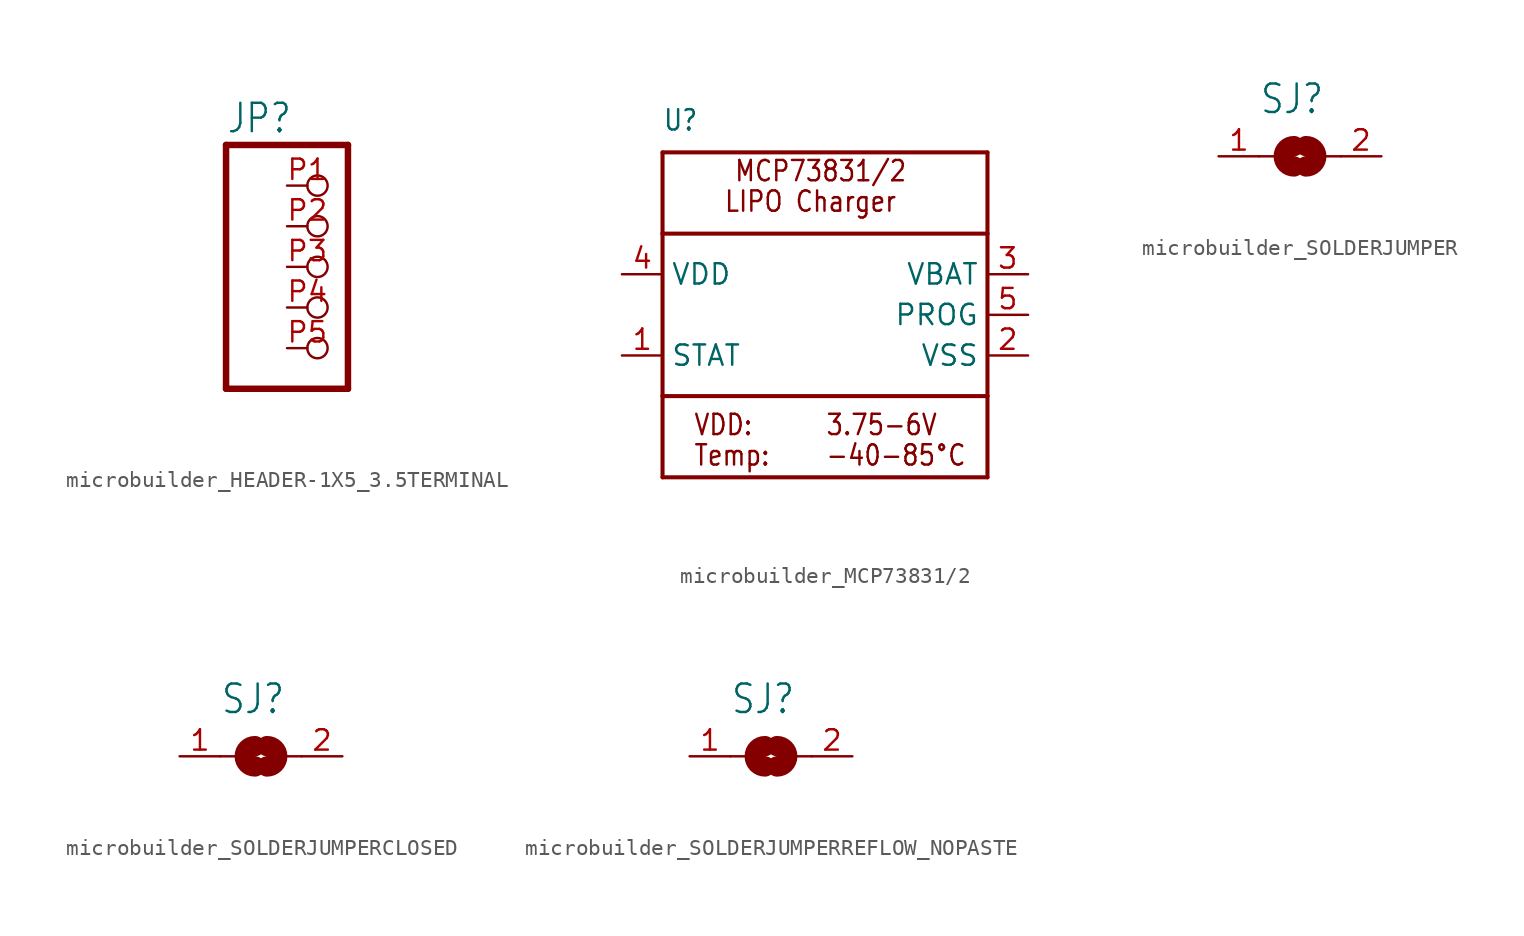
<source format=kicad_sym>
(kicad_symbol_lib
  (version 20231120)
  (generator "kicad_symbol_editor")
  (generator_version "8.0")
  (symbol "microbuilder_HEADER-1X5_3.5TERMINAL"
    (property "Reference" "JP"
      (at -6.35 8.255 0)
      (effects (font (size 1.778 1.511)) (justify left bottom)))
    (property "Value" ""
      (at -6.35 -10.16 0)
      (effects (font (size 1.778 1.511)) (justify left bottom)))
    (property "ki_locked" ""
      (at 0 0 0)
      (effects (font (size 1.27 1.27))))
    (symbol "microbuilder_HEADER-1X5_3.5TERMINAL_1_0"
      (polyline (pts (xy -6.35 -7.62) (xy 1.27 -7.62)) (stroke (width 0.406) (type solid)) (fill (type none)))
      (polyline (pts (xy -6.35 7.62) (xy -6.35 -7.62)) (stroke (width 0.406) (type solid)) (fill (type none)))
      (polyline (pts (xy 1.27 -7.62) (xy 1.27 7.62)) (stroke (width 0.406) (type solid)) (fill (type none)))
      (polyline (pts (xy 1.27 7.62) (xy -6.35 7.62)) (stroke (width 0.406) (type solid)) (fill (type none)))
      (pin passive inverted (at -2.54 5.08 0) (length 2.54) (name "1" (effects (font (size 0 0)))) (number "P1" (effects (font (size 1.27 1.27)))))
      (pin passive inverted (at -2.54 2.54 0) (length 2.54) (name "2" (effects (font (size 0 0)))) (number "P2" (effects (font (size 1.27 1.27)))))
      (pin passive inverted (at -2.54 0 0) (length 2.54) (name "3" (effects (font (size 0 0)))) (number "P3" (effects (font (size 1.27 1.27)))))
      (pin passive inverted (at -2.54 -2.54 0) (length 2.54) (name "4" (effects (font (size 0 0)))) (number "P4" (effects (font (size 1.27 1.27)))))
      (pin passive inverted (at -2.54 -5.08 0) (length 2.54) (name "5" (effects (font (size 0 0)))) (number "P5" (effects (font (size 1.27 1.27)))))))
  (symbol "microbuilder_MCP73831/2"
    (property "Reference" "U"
      (at -10.16 11.43 0)
      (effects (font (size 1.27 1.079)) (justify left bottom)))
    (property "Value" ""
      (at -10.16 -12.7 0)
      (effects (font (size 1.27 1.079)) (justify left bottom)))
    (property "ki_locked" ""
      (at 0 0 0)
      (effects (font (size 1.27 1.27))))
    (symbol "microbuilder_MCP73831/2_1_0"
      (polyline (pts (xy -10.16 -5.08) (xy -10.16 -10.16)) (stroke (width 0.254) (type solid)) (fill (type none)))
      (polyline (pts (xy -10.16 -5.08) (xy -10.16 5.08)) (stroke (width 0.254) (type solid)) (fill (type none)))
      (polyline (pts (xy -10.16 5.08) (xy 10.16 5.08)) (stroke (width 0.254) (type solid)) (fill (type none)))
      (polyline (pts (xy -10.16 10.16) (xy -10.16 5.08)) (stroke (width 0.254) (type solid)) (fill (type none)))
      (polyline (pts (xy -10.16 10.16) (xy 10.16 10.16)) (stroke (width 0.254) (type solid)) (fill (type none)))
      (polyline (pts (xy 10.16 -10.16) (xy -10.16 -10.16)) (stroke (width 0.254) (type solid)) (fill (type none)))
      (polyline (pts (xy 10.16 -5.08) (xy -10.16 -5.08)) (stroke (width 0.254) (type solid)) (fill (type none)))
      (polyline (pts (xy 10.16 -5.08) (xy 10.16 -10.16)) (stroke (width 0.254) (type solid)) (fill (type none)))
      (polyline (pts (xy 10.16 5.08) (xy 10.16 -5.08)) (stroke (width 0.254) (type solid)) (fill (type none)))
      (polyline (pts (xy 10.16 10.16) (xy 10.16 5.08)) (stroke (width 0.254) (type solid)) (fill (type none)))
      (text "-40-85°C" (at 0 -9.525 0) (effects (font (size 1.27 1.079)) (justify left bottom)))
      (text "3.75-6V" (at 0 -7.62 0) (effects (font (size 1.27 1.079)) (justify left bottom)))
      (text "LIPO Charger" (at -6.35 6.35 0) (effects (font (size 1.27 1.079)) (justify left bottom)))
      (text "MCP73831/2" (at -5.715 8.255 0) (effects (font (size 1.27 1.079)) (justify left bottom)))
      (text "Temp:" (at -8.255 -9.525 0) (effects (font (size 1.27 1.079)) (justify left bottom)))
      (text "VDD:" (at -8.255 -7.62 0) (effects (font (size 1.27 1.079)) (justify left bottom)))
      (pin output line (at -12.7 -2.54 0) (length 2.54) (name "STAT" (effects (font (size 1.27 1.27)))) (number "1" (effects (font (size 1.27 1.27)))))
      (pin power_in line (at 12.7 -2.54 180) (length 2.54) (name "VSS" (effects (font (size 1.27 1.27)))) (number "2" (effects (font (size 1.27 1.27)))))
      (pin power_in line (at 12.7 2.54 180) (length 2.54) (name "VBAT" (effects (font (size 1.27 1.27)))) (number "3" (effects (font (size 1.27 1.27)))))
      (pin power_in line (at -12.7 2.54 0) (length 2.54) (name "VDD" (effects (font (size 1.27 1.27)))) (number "4" (effects (font (size 1.27 1.27)))))
      (pin input line (at 12.7 0 180) (length 2.54) (name "PROG" (effects (font (size 1.27 1.27)))) (number "5" (effects (font (size 1.27 1.27)))))))
  (symbol "microbuilder_SOLDERJUMPER"
    (property "Reference" "SJ"
      (at -2.54 2.54 0)
      (effects (font (size 1.778 1.511)) (justify left bottom)))
    (property "Value" ""
      (at -2.54 -3.81 0)
      (effects (font (size 1.778 1.511)) (justify left bottom)))
    (property "ki_locked" ""
      (at 0 0 0)
      (effects (font (size 1.27 1.27))))
    (symbol "microbuilder_SOLDERJUMPER_1_0"
      (arc (start -0.3808 0.635) (mid -1.0159 0.0001) (end -0.381 -0.635) (stroke (width 1.27) (type solid)) (fill (type none)))
      (polyline (pts (xy -2.54 0) (xy -1.651 0)) (stroke (width 0.152) (type solid)) (fill (type none)))
      (polyline (pts (xy 2.54 0) (xy 1.651 0)) (stroke (width 0.152) (type solid)) (fill (type none)))
      (arc (start 0.3808 -0.635) (mid 1.0159 -0.0001) (end 0.381 0.635) (stroke (width 1.27) (type solid)) (fill (type none)))
      (pin passive line (at -5.08 0 0) (length 2.54) (name "1" (effects (font (size 0 0)))) (number "1" (effects (font (size 1.27 1.27)))))
      (pin passive line (at 5.08 0 180) (length 2.54) (name "2" (effects (font (size 0 0)))) (number "2" (effects (font (size 1.27 1.27)))))))
  (symbol "microbuilder_SOLDERJUMPERCLOSED"
    (property "Reference" "SJ"
      (at -2.54 2.54 0)
      (effects (font (size 1.778 1.511)) (justify left bottom)))
    (property "Value" ""
      (at -2.54 -3.81 0)
      (effects (font (size 1.778 1.511)) (justify left bottom)))
    (property "ki_locked" ""
      (at 0 0 0)
      (effects (font (size 1.27 1.27))))
    (symbol "microbuilder_SOLDERJUMPERCLOSED_1_0"
      (arc (start -0.3808 0.635) (mid -1.0159 0.0001) (end -0.381 -0.635) (stroke (width 1.27) (type solid)) (fill (type none)))
      (polyline (pts (xy -2.54 0) (xy -1.651 0)) (stroke (width 0.152) (type solid)) (fill (type none)))
      (polyline (pts (xy 2.54 0) (xy 1.651 0)) (stroke (width 0.152) (type solid)) (fill (type none)))
      (arc (start 0.3808 -0.635) (mid 1.0159 -0.0001) (end 0.381 0.635) (stroke (width 1.27) (type solid)) (fill (type none)))
      (pin passive line (at -5.08 0 0) (length 2.54) (name "1" (effects (font (size 0 0)))) (number "1" (effects (font (size 1.27 1.27)))))
      (pin passive line (at 5.08 0 180) (length 2.54) (name "2" (effects (font (size 0 0)))) (number "2" (effects (font (size 1.27 1.27)))))))
  (symbol "microbuilder_SOLDERJUMPERREFLOW_NOPASTE"
    (property "Reference" "SJ"
      (at -2.54 2.54 0)
      (effects (font (size 1.778 1.511)) (justify left bottom)))
    (property "Value" ""
      (at -2.54 -3.81 0)
      (effects (font (size 1.778 1.511)) (justify left bottom)))
    (property "ki_locked" ""
      (at 0 0 0)
      (effects (font (size 1.27 1.27))))
    (symbol "microbuilder_SOLDERJUMPERREFLOW_NOPASTE_1_0"
      (arc (start -0.3808 0.635) (mid -1.0159 0.0001) (end -0.381 -0.635) (stroke (width 1.27) (type solid)) (fill (type none)))
      (polyline (pts (xy -2.54 0) (xy -1.651 0)) (stroke (width 0.152) (type solid)) (fill (type none)))
      (polyline (pts (xy 2.54 0) (xy 1.651 0)) (stroke (width 0.152) (type solid)) (fill (type none)))
      (arc (start 0.3808 -0.635) (mid 1.0159 -0.0001) (end 0.381 0.635) (stroke (width 1.27) (type solid)) (fill (type none)))
      (pin passive line (at -5.08 0 0) (length 2.54) (name "1" (effects (font (size 0 0)))) (number "1" (effects (font (size 1.27 1.27)))))
      (pin passive line (at 5.08 0 180) (length 2.54) (name "2" (effects (font (size 0 0)))) (number "2" (effects (font (size 1.27 1.27))))))))
</source>
